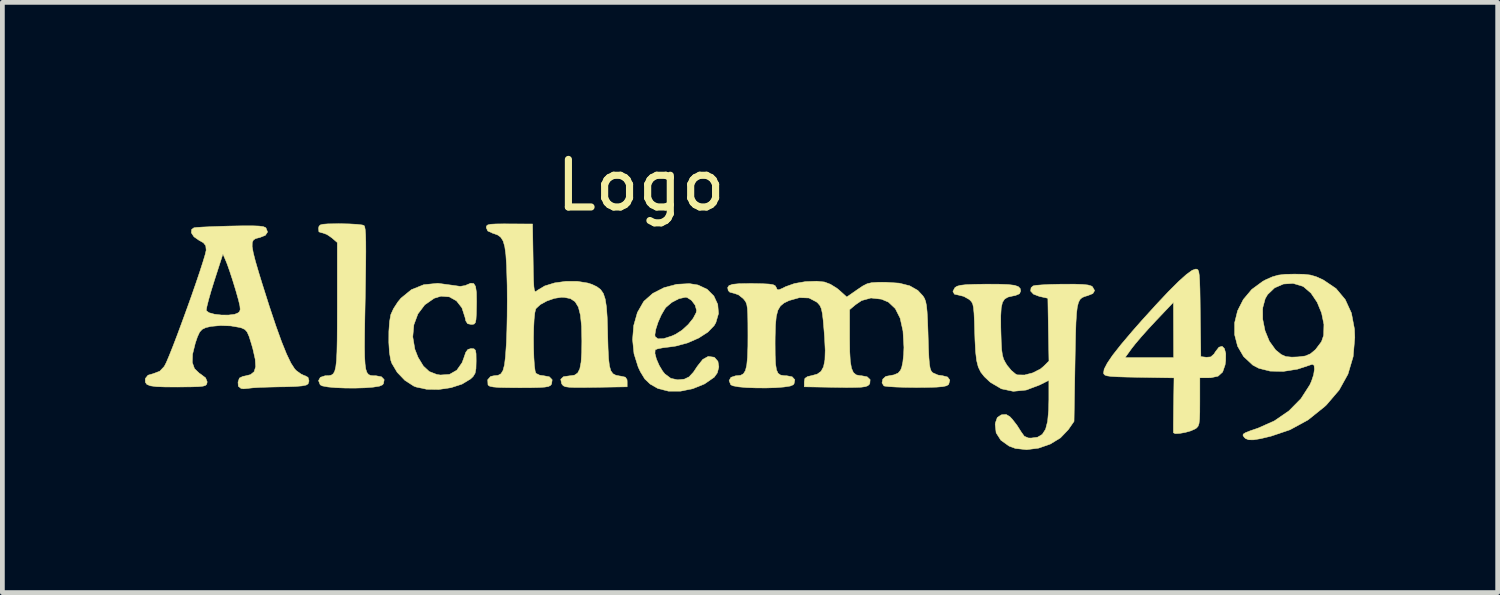
<source format=kicad_pcb>
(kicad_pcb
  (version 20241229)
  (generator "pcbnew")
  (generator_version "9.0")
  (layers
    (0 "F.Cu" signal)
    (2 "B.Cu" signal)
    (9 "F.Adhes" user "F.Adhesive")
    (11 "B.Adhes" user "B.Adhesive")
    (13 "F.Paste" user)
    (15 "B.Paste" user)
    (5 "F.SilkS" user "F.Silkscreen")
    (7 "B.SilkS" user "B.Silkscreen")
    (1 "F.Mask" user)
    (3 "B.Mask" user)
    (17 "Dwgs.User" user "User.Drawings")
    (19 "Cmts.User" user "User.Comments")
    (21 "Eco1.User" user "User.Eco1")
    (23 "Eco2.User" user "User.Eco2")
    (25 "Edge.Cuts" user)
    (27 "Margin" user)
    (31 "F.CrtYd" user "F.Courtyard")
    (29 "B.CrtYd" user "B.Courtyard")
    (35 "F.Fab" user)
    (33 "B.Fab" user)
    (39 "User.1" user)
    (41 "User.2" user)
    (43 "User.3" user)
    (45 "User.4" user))
  (footprint "Logo"
    (layer "F.Cu")
    (at 13.028 3.848)
    (property "Reference" "Logo" (at -2.6 -3 0) (layer "F.SilkS") (effects (font (size 1 1) (thickness 0.15))))
    (attr through_hole)
    (fp_poly (pts (xy -8.731 -2.189) (xy -8.571 -2.18) (xy -8.46 -2.167) (xy -8.422 -2.155) (xy -8.408 -2.128) (xy -8.397 -2.067) (xy -8.389 -1.964) (xy -8.385 -1.812) (xy -8.384 -1.603) (xy -8.386 -1.331) (xy -8.391 -0.988) (xy -8.397 -0.621) (xy -8.405 -0.208) (xy -8.41 0.129) (xy -8.412 0.396) (xy -8.409 0.603) (xy -8.4 0.757) (xy -8.385 0.865) (xy -8.361 0.936) (xy -8.328 0.978) (xy -8.285 0.998) (xy -8.231 1.004) (xy -8.173 1.004) (xy -8.054 1.027) (xy -7.998 1.087) (xy -8.014 1.17) (xy -8.032 1.195) (xy -8.097 1.223) (xy -8.228 1.244) (xy -8.404 1.258) (xy -8.607 1.264) (xy -8.817 1.263) (xy -9.015 1.255) (xy -9.183 1.24) (xy -9.3 1.218) (xy -9.344 1.195) (xy -9.379 1.107) (xy -9.341 1.038) (xy -9.242 1.005) (xy -9.224 1.004) (xy -9.16 1.002) (xy -9.109 0.991) (xy -9.068 0.962) (xy -9.038 0.907) (xy -9.016 0.818) (xy -9.001 0.686) (xy -8.992 0.504) (xy -8.987 0.262) (xy -8.985 -0.047) (xy -8.984 -0.432) (xy -8.984 -0.466) (xy -8.984 -1.797) (xy -9.103 -1.899) (xy -9.205 -1.968) (xy -9.298 -2.001) (xy -9.307 -2.001) (xy -9.371 -2.022) (xy -9.379 -2.097) (xy -9.369 -2.139) (xy -9.342 -2.167) (xy -9.284 -2.182) (xy -9.178 -2.19) (xy -9.01 -2.192) (xy -8.921 -2.193) (xy -8.731 -2.189)) (stroke (width 0.01) (type solid)) (fill yes) (layer "F.SilkS"))
    (fp_poly (pts (xy -6.115 -0.935) (xy -6.077 -0.875) (xy -6.058 -0.75) (xy -6.055 -0.554) (xy -6.056 -0.49) (xy -6.06 -0.301) (xy -6.067 -0.18) (xy -6.081 -0.112) (xy -6.107 -0.083) (xy -6.148 -0.075) (xy -6.168 -0.075) (xy -6.243 -0.09) (xy -6.282 -0.15) (xy -6.298 -0.223) (xy -6.363 -0.424) (xy -6.478 -0.571) (xy -6.629 -0.655) (xy -6.803 -0.669) (xy -6.947 -0.625) (xy -7.145 -0.487) (xy -7.289 -0.296) (xy -7.374 -0.067) (xy -7.397 0.186) (xy -7.353 0.447) (xy -7.286 0.617) (xy -7.174 0.801) (xy -7.05 0.916) (xy -6.893 0.977) (xy -6.816 0.989) (xy -6.625 0.976) (xy -6.471 0.888) (xy -6.36 0.73) (xy -6.325 0.636) (xy -6.282 0.511) (xy -6.237 0.451) (xy -6.174 0.433) (xy -6.165 0.433) (xy -6.11 0.438) (xy -6.079 0.468) (xy -6.066 0.541) (xy -6.064 0.676) (xy -6.064 0.702) (xy -6.068 0.855) (xy -6.086 0.951) (xy -6.127 1.019) (xy -6.181 1.071) (xy -6.361 1.18) (xy -6.593 1.255) (xy -6.85 1.293) (xy -7.103 1.289) (xy -7.327 1.241) (xy -7.376 1.222) (xy -7.563 1.101) (xy -7.725 0.932) (xy -7.837 0.743) (xy -7.86 0.677) (xy -7.888 0.515) (xy -7.901 0.302) (xy -7.9 0.075) (xy -7.885 -0.135) (xy -7.859 -0.281) (xy -7.803 -0.405) (xy -7.711 -0.547) (xy -7.645 -0.627) (xy -7.426 -0.806) (xy -7.167 -0.91) (xy -6.87 -0.94) (xy -6.551 -0.897) (xy -6.399 -0.875) (xy -6.291 -0.893) (xy -6.269 -0.904) (xy -6.177 -0.942) (xy -6.115 -0.935)) (stroke (width 0.01) (type solid)) (fill yes) (layer "F.SilkS"))
    (fp_poly (pts (xy 9.096 -1.236) (xy 9.117 -1.221) (xy 9.133 -1.182) (xy 9.144 -1.109) (xy 9.152 -0.992) (xy 9.158 -0.821) (xy 9.162 -0.584) (xy 9.165 -0.319) (xy 9.177 0.602) (xy 9.294 0.616) (xy 9.386 0.608) (xy 9.455 0.546) (xy 9.484 0.499) (xy 9.558 0.404) (xy 9.624 0.385) (xy 9.673 0.433) (xy 9.701 0.537) (xy 9.699 0.69) (xy 9.687 0.777) (xy 9.635 0.927) (xy 9.54 1.013) (xy 9.388 1.046) (xy 9.343 1.047) (xy 9.156 1.047) (xy 9.156 1.554) (xy 9.155 1.769) (xy 9.15 1.916) (xy 9.139 2.009) (xy 9.119 2.066) (xy 9.088 2.102) (xy 9.06 2.121) (xy 8.969 2.162) (xy 8.851 2.196) (xy 8.732 2.217) (xy 8.64 2.222) (xy 8.601 2.204) (xy 8.6 2.151) (xy 8.6 2.029) (xy 8.602 1.857) (xy 8.604 1.651) (xy 8.605 1.609) (xy 8.613 1.049) (xy 7.879 1.037) (xy 7.613 1.032) (xy 7.419 1.026) (xy 7.287 1.018) (xy 7.203 1.006) (xy 7.157 0.989) (xy 7.136 0.965) (xy 7.131 0.948) (xy 7.144 0.865) (xy 7.209 0.74) (xy 7.288 0.623) (xy 7.584 0.623) (xy 8.605 0.623) (xy 8.603 0.041) (xy 8.601 -0.541) (xy 8.23 -0.15) (xy 8.073 0.019) (xy 7.923 0.187) (xy 7.799 0.333) (xy 7.721 0.432) (xy 7.584 0.623) (xy 7.288 0.623) (xy 7.327 0.567) (xy 7.501 0.346) (xy 7.733 0.072) (xy 7.937 -0.16) (xy 8.245 -0.499) (xy 8.502 -0.772) (xy 8.712 -0.981) (xy 8.875 -1.127) (xy 8.994 -1.213) (xy 9.067 -1.239) (xy 9.096 -1.236)) (stroke (width 0.01) (type solid)) (fill yes) (layer "F.SilkS"))
    (fp_poly (pts (xy -1.398 -0.904) (xy -1.206 -0.814) (xy -1.065 -0.673) (xy -0.983 -0.497) (xy -0.967 -0.304) (xy -1.023 -0.112) (xy -1.059 -0.05) (xy -1.191 0.087) (xy -1.384 0.211) (xy -1.616 0.313) (xy -1.864 0.38) (xy -1.99 0.398) (xy -2.137 0.416) (xy -2.248 0.438) (xy -2.299 0.459) (xy -2.299 0.459) (xy -2.304 0.535) (xy -2.273 0.653) (xy -2.215 0.786) (xy -2.142 0.908) (xy -2.094 0.967) (xy -1.97 1.059) (xy -1.832 1.089) (xy -1.814 1.089) (xy -1.686 1.076) (xy -1.586 1.028) (xy -1.494 0.929) (xy -1.413 0.807) (xy -1.298 0.661) (xy -1.184 0.598) (xy -1.065 0.614) (xy -1.048 0.622) (xy -0.979 0.702) (xy -0.96 0.819) (xy -0.992 0.944) (xy -1.057 1.035) (xy -1.262 1.177) (xy -1.506 1.276) (xy -1.766 1.329) (xy -2.018 1.329) (xy -2.238 1.273) (xy -2.253 1.266) (xy -2.405 1.179) (xy -2.517 1.072) (xy -2.61 0.92) (xy -2.656 0.822) (xy -2.744 0.542) (xy -2.774 0.243) (xy -2.766 0.142) (xy -2.305 0.142) (xy -2.3 0.182) (xy -2.24 0.228) (xy -2.122 0.224) (xy -1.953 0.17) (xy -1.87 0.133) (xy -1.735 0.047) (xy -1.605 -0.072) (xy -1.5 -0.202) (xy -1.437 -0.322) (xy -1.428 -0.372) (xy -1.459 -0.481) (xy -1.534 -0.581) (xy -1.627 -0.641) (xy -1.662 -0.647) (xy -1.801 -0.616) (xy -1.95 -0.538) (xy -2.071 -0.435) (xy -2.092 -0.408) (xy -2.17 -0.275) (xy -2.238 -0.121) (xy -2.286 0.027) (xy -2.305 0.142) (xy -2.766 0.142) (xy -2.75 -0.053) (xy -2.673 -0.325) (xy -2.544 -0.551) (xy -2.531 -0.567) (xy -2.347 -0.729) (xy -2.111 -0.849) (xy -1.846 -0.919) (xy -1.578 -0.933) (xy -1.398 -0.904)) (stroke (width 0.01) (type solid)) (fill yes) (layer "F.SilkS"))
    (fp_poly (pts (xy 11.34 -1.13) (xy 11.48 -1.114) (xy 11.599 -1.08) (xy 11.731 -1.021) (xy 11.76 -1.006) (xy 12.02 -0.83) (xy 12.214 -0.598) (xy 12.344 -0.314) (xy 12.408 0.023) (xy 12.415 0.199) (xy 12.38 0.604) (xy 12.271 0.971) (xy 12.086 1.305) (xy 11.821 1.615) (xy 11.782 1.652) (xy 11.431 1.934) (xy 11.051 2.141) (xy 10.654 2.275) (xy 10.437 2.327) (xy 10.285 2.352) (xy 10.183 2.351) (xy 10.117 2.325) (xy 10.09 2.299) (xy 10.064 2.262) (xy 10.068 2.233) (xy 10.114 2.203) (xy 10.214 2.163) (xy 10.381 2.106) (xy 10.726 1.952) (xy 11.031 1.742) (xy 11.283 1.486) (xy 11.469 1.197) (xy 11.504 1.12) (xy 11.549 0.984) (xy 11.567 0.865) (xy 11.559 0.786) (xy 11.522 0.763) (xy 11.516 0.765) (xy 11.21 0.866) (xy 10.911 0.913) (xy 10.633 0.907) (xy 10.395 0.847) (xy 10.269 0.78) (xy 10.076 0.6) (xy 9.95 0.383) (xy 9.888 0.142) (xy 9.888 -0.111) (xy 9.95 -0.362) (xy 9.978 -0.418) (xy 10.477 -0.418) (xy 10.478 -0.185) (xy 10.527 0.057) (xy 10.618 0.279) (xy 10.747 0.458) (xy 10.771 0.48) (xy 10.87 0.559) (xy 10.966 0.601) (xy 11.089 0.613) (xy 11.221 0.608) (xy 11.373 0.589) (xy 11.482 0.543) (xy 11.588 0.455) (xy 11.715 0.287) (xy 11.76 0.154) (xy 11.766 -0.075) (xy 11.717 -0.314) (xy 11.624 -0.54) (xy 11.495 -0.732) (xy 11.341 -0.865) (xy 11.318 -0.878) (xy 11.117 -0.938) (xy 10.914 -0.925) (xy 10.728 -0.844) (xy 10.581 -0.703) (xy 10.531 -0.618) (xy 10.477 -0.418) (xy 9.978 -0.418) (xy 10.07 -0.599) (xy 10.247 -0.81) (xy 10.478 -0.98) (xy 10.543 -1.015) (xy 10.681 -1.076) (xy 10.806 -1.112) (xy 10.949 -1.129) (xy 11.144 -1.133) (xy 11.148 -1.133) (xy 11.34 -1.13)) (stroke (width 0.01) (type solid)) (fill yes) (layer "F.SilkS"))
    (fp_poly (pts (xy 4.927 -0.921) (xy 5.122 -0.914) (xy 5.256 -0.898) (xy 5.337 -0.871) (xy 5.378 -0.83) (xy 5.388 -0.778) (xy 5.363 -0.72) (xy 5.278 -0.684) (xy 5.22 -0.673) (xy 5.121 -0.65) (xy 5.051 -0.609) (xy 5.005 -0.539) (xy 4.979 -0.425) (xy 4.969 -0.256) (xy 4.97 -0.019) (xy 4.972 0.069) (xy 4.979 0.295) (xy 4.988 0.455) (xy 5.004 0.568) (xy 5.028 0.653) (xy 5.066 0.727) (xy 5.102 0.785) (xy 5.191 0.893) (xy 5.282 0.969) (xy 5.319 0.986) (xy 5.469 0.989) (xy 5.642 0.944) (xy 5.802 0.863) (xy 5.87 0.807) (xy 5.983 0.694) (xy 5.971 0.034) (xy 5.96 -0.625) (xy 5.78 -0.665) (xy 5.657 -0.712) (xy 5.597 -0.777) (xy 5.607 -0.847) (xy 5.65 -0.885) (xy 5.71 -0.897) (xy 5.836 -0.907) (xy 6.013 -0.916) (xy 6.222 -0.921) (xy 6.269 -0.921) (xy 6.516 -0.922) (xy 6.69 -0.916) (xy 6.805 -0.904) (xy 6.874 -0.883) (xy 6.898 -0.867) (xy 6.943 -0.787) (xy 6.906 -0.724) (xy 6.798 -0.681) (xy 6.73 -0.661) (xy 6.677 -0.637) (xy 6.635 -0.599) (xy 6.603 -0.536) (xy 6.579 -0.442) (xy 6.563 -0.306) (xy 6.551 -0.119) (xy 6.543 0.128) (xy 6.536 0.443) (xy 6.531 0.729) (xy 6.51 1.964) (xy 6.388 2.14) (xy 6.224 2.311) (xy 6.009 2.442) (xy 5.764 2.527) (xy 5.513 2.559) (xy 5.276 2.533) (xy 5.143 2.483) (xy 4.971 2.36) (xy 4.872 2.205) (xy 4.852 2.028) (xy 4.857 1.994) (xy 4.896 1.884) (xy 4.974 1.83) (xy 4.995 1.824) (xy 5.083 1.819) (xy 5.161 1.865) (xy 5.215 1.923) (xy 5.31 2.046) (xy 5.392 2.175) (xy 5.397 2.183) (xy 5.464 2.277) (xy 5.55 2.313) (xy 5.608 2.315) (xy 5.743 2.297) (xy 5.842 2.238) (xy 5.912 2.129) (xy 5.955 1.962) (xy 5.976 1.727) (xy 5.981 1.508) (xy 5.981 1.101) (xy 5.787 1.198) (xy 5.503 1.305) (xy 5.233 1.332) (xy 4.982 1.279) (xy 4.756 1.146) (xy 4.729 1.123) (xy 4.625 1.025) (xy 4.549 0.929) (xy 4.496 0.82) (xy 4.461 0.682) (xy 4.44 0.499) (xy 4.427 0.255) (xy 4.422 0.104) (xy 4.415 -0.138) (xy 4.407 -0.31) (xy 4.396 -0.427) (xy 4.38 -0.503) (xy 4.355 -0.551) (xy 4.319 -0.588) (xy 4.298 -0.605) (xy 4.191 -0.665) (xy 4.094 -0.689) (xy 3.994 -0.712) (xy 3.963 -0.771) (xy 4.006 -0.85) (xy 4.05 -0.878) (xy 4.123 -0.898) (xy 4.239 -0.911) (xy 4.413 -0.918) (xy 4.657 -0.922) (xy 4.927 -0.921)) (stroke (width 0.01) (type solid)) (fill yes) (layer "F.SilkS"))
    (fp_poly (pts (xy -5.365 -2.189) (xy -4.878 -2.187) (xy -4.866 -1.453) (xy -4.862 -1.189) (xy -4.857 -0.999) (xy -4.85 -0.872) (xy -4.84 -0.799) (xy -4.826 -0.768) (xy -4.805 -0.769) (xy -4.776 -0.791) (xy -4.774 -0.793) (xy -4.622 -0.884) (xy -4.415 -0.948) (xy -4.178 -0.981) (xy -3.936 -0.981) (xy -3.714 -0.945) (xy -3.628 -0.917) (xy -3.525 -0.868) (xy -3.446 -0.808) (xy -3.389 -0.726) (xy -3.35 -0.608) (xy -3.324 -0.444) (xy -3.308 -0.221) (xy -3.299 0.073) (xy -3.298 0.137) (xy -3.29 0.426) (xy -3.279 0.642) (xy -3.261 0.796) (xy -3.232 0.898) (xy -3.188 0.961) (xy -3.126 0.994) (xy -3.043 1.01) (xy -3.021 1.013) (xy -2.927 1.034) (xy -2.891 1.086) (xy -2.888 1.131) (xy -2.888 1.237) (xy -3.554 1.248) (xy -3.805 1.251) (xy -3.985 1.251) (xy -4.106 1.246) (xy -4.183 1.236) (xy -4.228 1.217) (xy -4.255 1.189) (xy -4.267 1.168) (xy -4.285 1.079) (xy -4.227 1.024) (xy -4.091 1.005) (xy -4.086 1.005) (xy -3.996 0.992) (xy -3.929 0.947) (xy -3.884 0.859) (xy -3.857 0.717) (xy -3.844 0.512) (xy -3.841 0.274) (xy -3.847 -0.036) (xy -3.871 -0.271) (xy -3.914 -0.44) (xy -3.983 -0.553) (xy -4.08 -0.618) (xy -4.211 -0.644) (xy -4.272 -0.646) (xy -4.419 -0.623) (xy -4.577 -0.568) (xy -4.716 -0.492) (xy -4.804 -0.41) (xy -4.811 -0.399) (xy -4.83 -0.321) (xy -4.845 -0.181) (xy -4.854 0.002) (xy -4.858 0.21) (xy -4.856 0.422) (xy -4.85 0.622) (xy -4.839 0.79) (xy -4.823 0.908) (xy -4.806 0.954) (xy -4.727 0.993) (xy -4.645 1.004) (xy -4.524 1.027) (xy -4.465 1.089) (xy -4.478 1.178) (xy -4.478 1.179) (xy -4.502 1.209) (xy -4.544 1.23) (xy -4.619 1.243) (xy -4.738 1.251) (xy -4.917 1.255) (xy -5.156 1.256) (xy -5.408 1.254) (xy -5.588 1.25) (xy -5.707 1.24) (xy -5.777 1.225) (xy -5.81 1.203) (xy -5.815 1.194) (xy -5.821 1.088) (xy -5.759 1.019) (xy -5.687 1.004) (xy -5.604 0.996) (xy -5.542 0.963) (xy -5.499 0.893) (xy -5.468 0.776) (xy -5.447 0.599) (xy -5.43 0.35) (xy -5.427 0.304) (xy -5.418 0.051) (xy -5.412 -0.254) (xy -5.41 -0.579) (xy -5.412 -0.892) (xy -5.415 -1.004) (xy -5.424 -1.309) (xy -5.439 -1.541) (xy -5.462 -1.71) (xy -5.496 -1.828) (xy -5.545 -1.907) (xy -5.613 -1.957) (xy -5.702 -1.989) (xy -5.714 -1.992) (xy -5.82 -2.04) (xy -5.851 -2.11) (xy -5.846 -2.145) (xy -5.819 -2.168) (xy -5.758 -2.182) (xy -5.647 -2.188) (xy -5.472 -2.19) (xy -5.365 -2.189)) (stroke (width 0.01) (type solid)) (fill yes) (layer "F.SilkS"))
    (fp_poly (pts (xy -10.63 -2.144) (xy -10.542 -2.132) (xy -10.495 -2.113) (xy -10.484 -2.103) (xy -10.451 -2.019) (xy -10.497 -1.949) (xy -10.616 -1.902) (xy -10.632 -1.899) (xy -10.701 -1.881) (xy -10.748 -1.851) (xy -10.773 -1.798) (xy -10.775 -1.712) (xy -10.752 -1.583) (xy -10.706 -1.402) (xy -10.634 -1.157) (xy -10.568 -0.942) (xy -10.413 -0.453) (xy -10.276 -0.044) (xy -10.156 0.289) (xy -10.051 0.548) (xy -9.96 0.738) (xy -9.881 0.86) (xy -9.845 0.898) (xy -9.749 0.967) (xy -9.674 1.003) (xy -9.663 1.004) (xy -9.6 1.038) (xy -9.579 1.114) (xy -9.599 1.175) (xy -9.638 1.2) (xy -9.726 1.218) (xy -9.874 1.23) (xy -10.092 1.237) (xy -10.198 1.238) (xy -10.415 1.243) (xy -10.607 1.249) (xy -10.755 1.258) (xy -10.84 1.267) (xy -10.847 1.269) (xy -10.956 1.279) (xy -11.008 1.272) (xy -11.066 1.225) (xy -11.072 1.138) (xy -11.043 1.053) (xy -10.968 1.017) (xy -10.931 1.011) (xy -10.809 0.981) (xy -10.733 0.919) (xy -10.701 0.814) (xy -10.711 0.656) (xy -10.761 0.435) (xy -10.789 0.338) (xy -10.838 0.18) (xy -10.88 0.085) (xy -10.927 0.032) (xy -10.993 0.001) (xy -11.033 -0.011) (xy -11.222 -0.044) (xy -11.438 -0.052) (xy -11.639 -0.034) (xy -11.75 -0.008) (xy -11.825 0.028) (xy -11.879 0.086) (xy -11.926 0.187) (xy -11.971 0.32) (xy -12.028 0.551) (xy -12.034 0.724) (xy -11.988 0.854) (xy -11.887 0.952) (xy -11.858 0.97) (xy -11.754 1.049) (xy -11.722 1.128) (xy -11.723 1.147) (xy -11.732 1.183) (xy -11.756 1.207) (xy -11.807 1.223) (xy -11.9 1.233) (xy -12.047 1.238) (xy -12.262 1.24) (xy -12.34 1.241) (xy -12.602 1.24) (xy -12.791 1.233) (xy -12.916 1.216) (xy -12.989 1.186) (xy -13.021 1.141) (xy -13.023 1.078) (xy -13.019 1.059) (xy -12.965 0.993) (xy -12.859 0.962) (xy -12.718 0.909) (xy -12.623 0.808) (xy -12.582 0.729) (xy -12.52 0.583) (xy -12.441 0.385) (xy -12.35 0.147) (xy -12.252 -0.118) (xy -12.158 -0.375) (xy -11.74 -0.375) (xy -11.739 -0.364) (xy -11.682 -0.321) (xy -11.568 -0.29) (xy -11.423 -0.273) (xy -11.272 -0.272) (xy -11.143 -0.288) (xy -11.068 -0.319) (xy -11.038 -0.348) (xy -11.026 -0.392) (xy -11.033 -0.465) (xy -11.061 -0.584) (xy -11.112 -0.765) (xy -11.122 -0.799) (xy -11.183 -0.998) (xy -11.244 -1.185) (xy -11.296 -1.333) (xy -11.319 -1.392) (xy -11.39 -1.557) (xy -11.574 -0.985) (xy -11.639 -0.776) (xy -11.691 -0.594) (xy -11.726 -0.455) (xy -11.74 -0.375) (xy -12.158 -0.375) (xy -12.15 -0.397) (xy -12.05 -0.676) (xy -11.957 -0.944) (xy -11.875 -1.187) (xy -11.809 -1.392) (xy -11.763 -1.545) (xy -11.742 -1.635) (xy -11.742 -1.641) (xy -11.751 -1.731) (xy -11.801 -1.793) (xy -11.895 -1.846) (xy -11.999 -1.919) (xy -12.053 -2.001) (xy -12.048 -2.072) (xy -12 -2.107) (xy -11.942 -2.115) (xy -11.814 -2.123) (xy -11.633 -2.131) (xy -11.412 -2.139) (xy -11.24 -2.144) (xy -10.967 -2.149) (xy -10.767 -2.149) (xy -10.63 -2.144)) (stroke (width 0.01) (type solid)) (fill yes) (layer "F.SilkS"))
    (fp_poly (pts (xy 1.262 -0.967) (xy 1.386 -0.92) (xy 1.522 -0.836) (xy 1.572 -0.795) (xy 1.731 -0.652) (xy 1.955 -0.808) (xy 2.068 -0.884) (xy 2.158 -0.93) (xy 2.254 -0.953) (xy 2.382 -0.961) (xy 2.546 -0.962) (xy 2.834 -0.943) (xy 3.055 -0.887) (xy 3.224 -0.791) (xy 3.332 -0.675) (xy 3.365 -0.623) (xy 3.389 -0.559) (xy 3.407 -0.469) (xy 3.42 -0.34) (xy 3.43 -0.157) (xy 3.439 0.093) (xy 3.441 0.164) (xy 3.449 0.43) (xy 3.458 0.623) (xy 3.469 0.758) (xy 3.484 0.846) (xy 3.504 0.901) (xy 3.531 0.934) (xy 3.544 0.944) (xy 3.649 0.99) (xy 3.746 1.004) (xy 3.851 1.031) (xy 3.898 1.096) (xy 3.875 1.181) (xy 3.866 1.192) (xy 3.827 1.216) (xy 3.748 1.233) (xy 3.617 1.244) (xy 3.424 1.249) (xy 3.191 1.251) (xy 2.966 1.248) (xy 2.769 1.242) (xy 2.618 1.233) (xy 2.527 1.222) (xy 2.511 1.217) (xy 2.472 1.154) (xy 2.488 1.076) (xy 2.549 1.02) (xy 2.573 1.014) (xy 2.722 0.986) (xy 2.81 0.949) (xy 2.861 0.889) (xy 2.886 0.829) (xy 2.91 0.716) (xy 2.927 0.556) (xy 2.933 0.407) (xy 2.913 0.064) (xy 2.853 -0.206) (xy 2.751 -0.408) (xy 2.607 -0.544) (xy 2.46 -0.606) (xy 2.239 -0.631) (xy 2.043 -0.577) (xy 1.916 -0.491) (xy 1.79 -0.385) (xy 1.79 0.216) (xy 1.793 0.496) (xy 1.805 0.702) (xy 1.83 0.846) (xy 1.87 0.937) (xy 1.929 0.986) (xy 2.011 1.003) (xy 2.041 1.004) (xy 2.16 1.027) (xy 2.222 1.086) (xy 2.215 1.167) (xy 2.202 1.188) (xy 2.172 1.215) (xy 2.121 1.233) (xy 2.036 1.245) (xy 1.903 1.25) (xy 1.71 1.251) (xy 1.493 1.248) (xy 0.837 1.237) (xy 0.837 1.132) (xy 0.85 1.06) (xy 0.905 1.022) (xy 1 1) (xy 1.11 0.97) (xy 1.19 0.912) (xy 1.242 0.816) (xy 1.271 0.672) (xy 1.277 0.47) (xy 1.264 0.199) (xy 1.253 0.057) (xy 1.235 -0.159) (xy 1.217 -0.307) (xy 1.196 -0.405) (xy 1.167 -0.471) (xy 1.126 -0.52) (xy 1.096 -0.547) (xy 0.936 -0.631) (xy 0.738 -0.639) (xy 0.519 -0.578) (xy 0.413 -0.527) (xy 0.335 -0.463) (xy 0.282 -0.373) (xy 0.248 -0.243) (xy 0.231 -0.06) (xy 0.224 0.188) (xy 0.223 0.316) (xy 0.225 0.572) (xy 0.233 0.756) (xy 0.252 0.878) (xy 0.285 0.952) (xy 0.338 0.99) (xy 0.414 1.003) (xy 0.466 1.004) (xy 0.583 1.027) (xy 0.638 1.088) (xy 0.622 1.171) (xy 0.605 1.194) (xy 0.541 1.221) (xy 0.411 1.241) (xy 0.235 1.255) (xy 0.033 1.261) (xy -0.178 1.26) (xy -0.376 1.253) (xy -0.544 1.238) (xy -0.663 1.216) (xy -0.709 1.194) (xy -0.744 1.107) (xy -0.705 1.038) (xy -0.605 1.005) (xy -0.584 1.004) (xy -0.503 0.996) (xy -0.443 0.963) (xy -0.401 0.896) (xy -0.373 0.784) (xy -0.357 0.616) (xy -0.349 0.382) (xy -0.348 0.151) (xy -0.349 -0.101) (xy -0.352 -0.282) (xy -0.359 -0.407) (xy -0.372 -0.491) (xy -0.393 -0.548) (xy -0.425 -0.593) (xy -0.451 -0.622) (xy -0.546 -0.697) (xy -0.641 -0.731) (xy -0.647 -0.731) (xy -0.731 -0.754) (xy -0.763 -0.788) (xy -0.774 -0.85) (xy -0.746 -0.892) (xy -0.668 -0.919) (xy -0.529 -0.932) (xy -0.318 -0.935) (xy -0.253 -0.935) (xy -0.044 -0.931) (xy 0.095 -0.924) (xy 0.18 -0.911) (xy 0.225 -0.889) (xy 0.245 -0.856) (xy 0.246 -0.854) (xy 0.266 -0.81) (xy 0.303 -0.803) (xy 0.379 -0.835) (xy 0.445 -0.869) (xy 0.631 -0.935) (xy 0.861 -0.975) (xy 1.099 -0.984) (xy 1.262 -0.967)) (stroke (width 0.01) (type solid)) (fill yes) (layer "F.SilkS")))
  (gr_rect
    (start -3 -3)
    (end 28.448 9.413)
    (stroke (width 0.1) (type default))
    (fill no)
    (layer "Edge.Cuts")))
</source>
